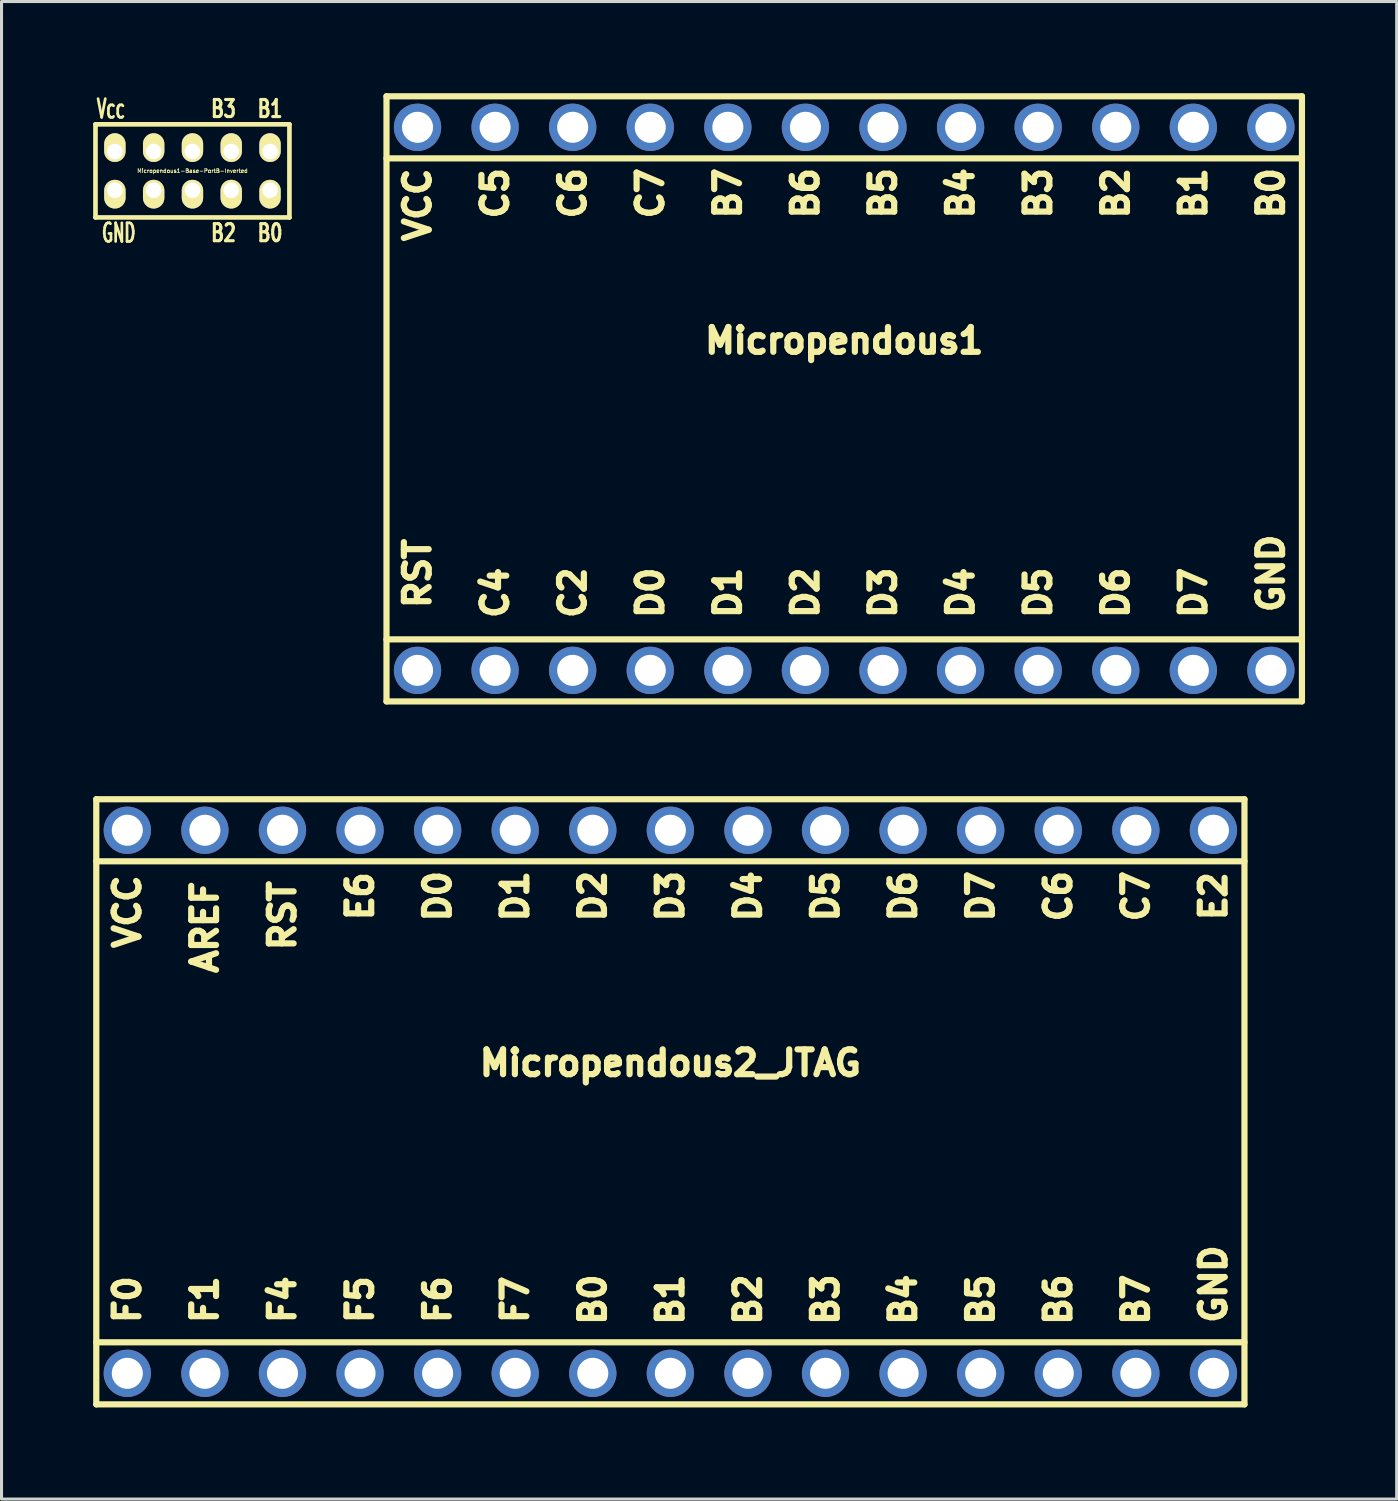
<source format=kicad_pcb>
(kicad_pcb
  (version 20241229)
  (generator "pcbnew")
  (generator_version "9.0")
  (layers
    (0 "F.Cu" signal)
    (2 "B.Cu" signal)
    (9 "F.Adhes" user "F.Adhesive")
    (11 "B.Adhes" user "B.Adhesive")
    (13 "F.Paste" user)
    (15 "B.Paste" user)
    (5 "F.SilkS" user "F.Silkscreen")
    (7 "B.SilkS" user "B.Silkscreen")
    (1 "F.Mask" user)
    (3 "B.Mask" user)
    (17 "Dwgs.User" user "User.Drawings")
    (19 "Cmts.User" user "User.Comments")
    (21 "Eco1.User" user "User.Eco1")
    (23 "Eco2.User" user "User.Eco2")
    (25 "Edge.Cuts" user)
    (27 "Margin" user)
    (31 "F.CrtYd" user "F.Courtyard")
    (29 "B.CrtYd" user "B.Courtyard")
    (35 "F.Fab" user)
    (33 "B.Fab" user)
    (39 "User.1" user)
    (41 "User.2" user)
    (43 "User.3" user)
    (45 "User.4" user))
  (footprint "Micropendous2_JTAG"
    (layer "F.Cu")
    (at 18.898 33.023)
    (property "Reference" "Micropendous2_JTAG" (at 0 -1.27 0) (layer "F.SilkS") (effects (font (size 0.813 0.813) (thickness 0.203))))
    (attr through_hole)
    (fp_line (start -18.796 -9.906) (end -18.796 9.906) (stroke (width 0.203) (type solid)) (layer "F.SilkS"))
    (fp_line (start -18.796 7.874) (end 18.796 7.874) (stroke (width 0.203) (type solid)) (layer "F.SilkS"))
    (fp_line (start 18.796 -9.906) (end -18.796 -9.906) (stroke (width 0.203) (type solid)) (layer "F.SilkS"))
    (fp_line (start 18.796 -9.906) (end 18.796 9.906) (stroke (width 0.203) (type solid)) (layer "F.SilkS"))
    (fp_line (start 18.796 -7.874) (end -18.796 -7.874) (stroke (width 0.203) (type solid)) (layer "F.SilkS"))
    (fp_line (start 18.796 9.906) (end -18.796 9.906) (stroke (width 0.203) (type solid)) (layer "F.SilkS"))
    (fp_text user "RST" (at -12.7 -6.096 90) (layer "F.SilkS") (effects (font (size 0.813 0.813) (thickness 0.203))))
    (fp_text user "B1" (at 0 6.477 90) (layer "F.SilkS") (effects (font (size 0.813 0.813) (thickness 0.203))))
    (fp_text user "F0" (at -17.78 6.477 90) (layer "F.SilkS") (effects (font (size 0.813 0.813) (thickness 0.203))))
    (fp_text user "D5" (at 5.08 -6.731 90) (layer "F.SilkS") (effects (font (size 0.813 0.813) (thickness 0.203))))
    (fp_text user "B7" (at 15.24 6.477 90) (layer "F.SilkS") (effects (font (size 0.813 0.813) (thickness 0.203))))
    (fp_text user "B0" (at -2.54 6.477 90) (layer "F.SilkS") (effects (font (size 0.813 0.813) (thickness 0.203))))
    (fp_text user "C6" (at 12.7 -6.731 90) (layer "F.SilkS") (effects (font (size 0.813 0.813) (thickness 0.203))))
    (fp_text user "AREF" (at -15.24 -5.715 90) (layer "F.SilkS") (effects (font (size 0.813 0.813) (thickness 0.203))))
    (fp_text user "D1" (at -5.08 -6.731 90) (layer "F.SilkS") (effects (font (size 0.813 0.813) (thickness 0.203))))
    (fp_text user "D4" (at 2.54 -6.731 90) (layer "F.SilkS") (effects (font (size 0.813 0.813) (thickness 0.203))))
    (fp_text user "GND" (at 17.78 5.969 90) (layer "F.SilkS") (effects (font (size 0.813 0.813) (thickness 0.203))))
    (fp_text user "B2" (at 2.54 6.477 90) (layer "F.SilkS") (effects (font (size 0.813 0.813) (thickness 0.203))))
    (fp_text user "D3" (at 0 -6.731 90) (layer "F.SilkS") (effects (font (size 0.813 0.813) (thickness 0.203))))
    (fp_text user "D0" (at -7.62 -6.731 90) (layer "F.SilkS") (effects (font (size 0.813 0.813) (thickness 0.203))))
    (fp_text user "VCC" (at -17.78 -6.223 90) (layer "F.SilkS") (effects (font (size 0.813 0.813) (thickness 0.203))))
    (fp_text user "F6" (at -7.62 6.477 90) (layer "F.SilkS") (effects (font (size 0.813 0.813) (thickness 0.203))))
    (fp_text user "F1" (at -15.24 6.477 90) (layer "F.SilkS") (effects (font (size 0.813 0.813) (thickness 0.203))))
    (fp_text user "B3" (at 5.08 6.477 90) (layer "F.SilkS") (effects (font (size 0.813 0.813) (thickness 0.203))))
    (fp_text user "C7" (at 15.24 -6.731 90) (layer "F.SilkS") (effects (font (size 0.813 0.813) (thickness 0.203))))
    (fp_text user "D7" (at 10.16 -6.731 90) (layer "F.SilkS") (effects (font (size 0.813 0.813) (thickness 0.203))))
    (fp_text user "D6" (at 7.62 -6.731 90) (layer "F.SilkS") (effects (font (size 0.813 0.813) (thickness 0.203))))
    (fp_text user "F4" (at -12.7 6.477 90) (layer "F.SilkS") (effects (font (size 0.813 0.813) (thickness 0.203))))
    (fp_text user "D2" (at -2.54 -6.731 90) (layer "F.SilkS") (effects (font (size 0.813 0.813) (thickness 0.203))))
    (fp_text user "F7" (at -5.08 6.477 90) (layer "F.SilkS") (effects (font (size 0.813 0.813) (thickness 0.203))))
    (fp_text user "E6" (at -10.16 -6.731 90) (layer "F.SilkS") (effects (font (size 0.813 0.813) (thickness 0.203))))
    (fp_text user "F5" (at -10.16 6.477 90) (layer "F.SilkS") (effects (font (size 0.813 0.813) (thickness 0.203))))
    (fp_text user "B5" (at 10.16 6.477 90) (layer "F.SilkS") (effects (font (size 0.813 0.813) (thickness 0.203))))
    (fp_text user "B4" (at 7.62 6.477 90) (layer "F.SilkS") (effects (font (size 0.813 0.813) (thickness 0.203))))
    (fp_text user "B6" (at 12.7 6.477 90) (layer "F.SilkS") (effects (font (size 0.813 0.813) (thickness 0.203))))
    (fp_text user "E2" (at 17.78 -6.731 90) (layer "F.SilkS") (effects (font (size 0.813 0.813) (thickness 0.203))))
    (pad "1" thru_hole circle (at -17.78 8.89) (size 1.549 1.549) (drill 1.016) (layers "*.Cu" "*.Mask"))
    (pad "2" thru_hole circle (at -15.24 8.89) (size 1.549 1.549) (drill 1.016) (layers "*.Cu" "*.Mask"))
    (pad "3" thru_hole circle (at -12.7 8.89) (size 1.549 1.549) (drill 1.016) (layers "*.Cu" "*.Mask"))
    (pad "4" thru_hole circle (at -10.16 8.89) (size 1.549 1.549) (drill 1.016) (layers "*.Cu" "*.Mask"))
    (pad "5" thru_hole circle (at -7.62 8.89) (size 1.549 1.549) (drill 1.016) (layers "*.Cu" "*.Mask"))
    (pad "6" thru_hole circle (at -5.08 8.89) (size 1.549 1.549) (drill 1.016) (layers "*.Cu" "*.Mask"))
    (pad "7" thru_hole circle (at -2.54 8.89) (size 1.549 1.549) (drill 1.016) (layers "*.Cu" "*.Mask"))
    (pad "8" thru_hole circle (at 0 8.89) (size 1.549 1.549) (drill 1.016) (layers "*.Cu" "*.Mask"))
    (pad "9" thru_hole circle (at 2.54 8.89) (size 1.549 1.549) (drill 1.016) (layers "*.Cu" "*.Mask"))
    (pad "10" thru_hole circle (at 5.08 8.89) (size 1.549 1.549) (drill 1.016) (layers "*.Cu" "*.Mask"))
    (pad "11" thru_hole circle (at 7.62 8.89) (size 1.549 1.549) (drill 1.016) (layers "*.Cu" "*.Mask"))
    (pad "12" thru_hole circle (at 10.16 8.89) (size 1.549 1.549) (drill 1.016) (layers "*.Cu" "*.Mask"))
    (pad "13" thru_hole circle (at 12.7 8.89) (size 1.549 1.549) (drill 1.016) (layers "*.Cu" "*.Mask"))
    (pad "14" thru_hole circle (at 15.24 8.89) (size 1.549 1.549) (drill 1.016) (layers "*.Cu" "*.Mask"))
    (pad "15" thru_hole circle (at 17.78 8.89) (size 1.549 1.549) (drill 1.016) (layers "*.Cu" "*.Mask"))
    (pad "16" thru_hole circle (at 17.78 -8.89) (size 1.549 1.549) (drill 1.016) (layers "*.Cu" "*.Mask"))
    (pad "17" thru_hole circle (at 15.24 -8.89) (size 1.549 1.549) (drill 1.016) (layers "*.Cu" "*.Mask"))
    (pad "18" thru_hole circle (at 12.7 -8.89) (size 1.549 1.549) (drill 1.016) (layers "*.Cu" "*.Mask"))
    (pad "19" thru_hole circle (at 10.16 -8.89) (size 1.549 1.549) (drill 1.016) (layers "*.Cu" "*.Mask"))
    (pad "20" thru_hole circle (at 7.62 -8.89) (size 1.549 1.549) (drill 1.016) (layers "*.Cu" "*.Mask"))
    (pad "21" thru_hole circle (at 5.08 -8.89) (size 1.549 1.549) (drill 1.016) (layers "*.Cu" "*.Mask"))
    (pad "22" thru_hole circle (at 2.54 -8.89) (size 1.549 1.549) (drill 1.016) (layers "*.Cu" "*.Mask"))
    (pad "23" thru_hole circle (at 0 -8.89) (size 1.549 1.549) (drill 1.016) (layers "*.Cu" "*.Mask"))
    (pad "24" thru_hole circle (at -2.54 -8.89) (size 1.549 1.549) (drill 1.016) (layers "*.Cu" "*.Mask"))
    (pad "25" thru_hole circle (at -5.08 -8.89) (size 1.549 1.549) (drill 1.016) (layers "*.Cu" "*.Mask"))
    (pad "26" thru_hole circle (at -7.62 -8.89) (size 1.549 1.549) (drill 1.016) (layers "*.Cu" "*.Mask"))
    (pad "27" thru_hole circle (at -10.16 -8.89) (size 1.549 1.549) (drill 1.016) (layers "*.Cu" "*.Mask"))
    (pad "28" thru_hole circle (at -12.7 -8.89) (size 1.549 1.549) (drill 1.016) (layers "*.Cu" "*.Mask"))
    (pad "29" thru_hole circle (at -15.24 -8.89) (size 1.549 1.549) (drill 1.016) (layers "*.Cu" "*.Mask"))
    (pad "30" thru_hole circle (at -17.78 -8.89) (size 1.549 1.549) (drill 1.016) (layers "*.Cu" "*.Mask")))
  (footprint "Micropendous1-Base-PortB-Inverted"
    (layer "F.Cu")
    (at 3.251 2.545)
    (property "Reference" "Micropendous1-Base-PortB-Inverted" (at 0 0 0) (layer "F.SilkS") (effects (font (size 0.127 0.127) (thickness 0.025))))
    (attr through_hole)
    (fp_line (start -3.175 -1.524) (end -3.175 1.524) (stroke (width 0.152) (type solid)) (layer "F.SilkS"))
    (fp_line (start -3.175 1.524) (end 3.175 1.524) (stroke (width 0.152) (type solid)) (layer "F.SilkS"))
    (fp_line (start 3.175 -1.524) (end -3.175 -1.524) (stroke (width 0.152) (type solid)) (layer "F.SilkS"))
    (fp_line (start 3.175 1.524) (end 3.175 -1.524) (stroke (width 0.152) (type solid)) (layer "F.SilkS"))
    (fp_text user "Vcc" (at -2.667 -2.032 0) (layer "F.SilkS") (effects (font (size 0.61 0.356) (thickness 0.203))))
    (fp_text user "B0" (at 2.54 2.032 0) (layer "F.SilkS") (effects (font (size 0.559 0.406) (thickness 0.203))))
    (fp_text user "B2" (at 1.016 2.032 0) (layer "F.SilkS") (effects (font (size 0.559 0.406) (thickness 0.203))))
    (fp_text user "B3" (at 1.016 -2.032 0) (layer "F.SilkS") (effects (font (size 0.559 0.406) (thickness 0.203))))
    (fp_text user "B1" (at 2.54 -2.032 0) (layer "F.SilkS") (effects (font (size 0.559 0.406) (thickness 0.203))))
    (fp_text user "GND" (at -2.413 2.032 0) (layer "F.SilkS") (effects (font (size 0.61 0.356) (thickness 0.203))))
    (pad "1" thru_hole oval (at 2.54 0.635) (size 0.699 0.94) (drill 0.508 (offset 0 0.127)) (layers "*.Cu" "*.Mask" "F.SilkS"))
    (pad "2" thru_hole oval (at 2.54 -0.635) (size 0.699 0.94) (drill 0.508 (offset 0 -0.127)) (layers "*.Cu" "*.Mask" "F.SilkS"))
    (pad "3" thru_hole oval (at 1.27 0.635) (size 0.699 0.94) (drill 0.508 (offset 0 0.127)) (layers "*.Cu" "*.Mask" "F.SilkS"))
    (pad "4" thru_hole oval (at 1.27 -0.635) (size 0.699 0.94) (drill 0.508 (offset 0 -0.127)) (layers "*.Cu" "*.Mask" "F.SilkS"))
    (pad "5" thru_hole oval (at 0 0.635) (size 0.699 0.94) (drill 0.508 (offset 0 0.127)) (layers "*.Cu" "*.Mask" "F.SilkS"))
    (pad "6" thru_hole oval (at 0 -0.635) (size 0.699 0.94) (drill 0.508 (offset 0 -0.127)) (layers "*.Cu" "*.Mask" "F.SilkS"))
    (pad "7" thru_hole oval (at -1.27 0.635) (size 0.699 0.94) (drill 0.508 (offset 0 0.127)) (layers "*.Cu" "*.Mask" "F.SilkS"))
    (pad "8" thru_hole oval (at -1.27 -0.635) (size 0.699 0.94) (drill 0.508 (offset 0 -0.127)) (layers "*.Cu" "*.Mask" "F.SilkS"))
    (pad "9" thru_hole oval (at -2.54 0.635) (size 0.699 0.94) (drill 0.508 (offset 0 0.127)) (layers "*.Cu" "*.Mask" "F.SilkS"))
    (pad "10" thru_hole oval (at -2.54 -0.635) (size 0.699 0.94) (drill 0.508 (offset 0 -0.127)) (layers "*.Cu" "*.Mask" "F.SilkS")))
  (footprint "Micropendous1"
    (layer "F.Cu")
    (at 24.59 10.008)
    (property "Reference" "Micropendous1" (at 0 -1.905 0) (layer "F.SilkS") (effects (font (size 0.813 0.813) (thickness 0.203))))
    (attr through_hole)
    (fp_line (start -14.986 -9.906) (end -14.986 9.906) (stroke (width 0.203) (type solid)) (layer "F.SilkS"))
    (fp_line (start -14.986 7.874) (end 14.986 7.874) (stroke (width 0.203) (type solid)) (layer "F.SilkS"))
    (fp_line (start -14.986 9.906) (end 14.986 9.906) (stroke (width 0.203) (type solid)) (layer "F.SilkS"))
    (fp_line (start 14.986 -9.906) (end -14.986 -9.906) (stroke (width 0.203) (type solid)) (layer "F.SilkS"))
    (fp_line (start 14.986 -7.874) (end -14.986 -7.874) (stroke (width 0.203) (type solid)) (layer "F.SilkS"))
    (fp_line (start 14.986 9.906) (end 14.986 -9.906) (stroke (width 0.203) (type solid)) (layer "F.SilkS"))
    (fp_text user "D4" (at 3.81 6.35 90) (layer "F.SilkS") (effects (font (size 0.813 0.813) (thickness 0.203))))
    (fp_text user "B2" (at 8.89 -6.731 90) (layer "F.SilkS") (effects (font (size 0.813 0.813) (thickness 0.203))))
    (fp_text user "D7" (at 11.43 6.35 90) (layer "F.SilkS") (effects (font (size 0.813 0.813) (thickness 0.203))))
    (fp_text user "B7" (at -3.81 -6.731 90) (layer "F.SilkS") (effects (font (size 0.813 0.813) (thickness 0.203))))
    (fp_text user "D2" (at -1.27 6.35 90) (layer "F.SilkS") (effects (font (size 0.813 0.813) (thickness 0.203))))
    (fp_text user "B5" (at 1.27 -6.731 90) (layer "F.SilkS") (effects (font (size 0.813 0.813) (thickness 0.203))))
    (fp_text user "B6" (at -1.27 -6.731 90) (layer "F.SilkS") (effects (font (size 0.813 0.813) (thickness 0.203))))
    (fp_text user "D0" (at -6.35 6.35 90) (layer "F.SilkS") (effects (font (size 0.813 0.813) (thickness 0.203))))
    (fp_text user "C2" (at -8.89 6.35 90) (layer "F.SilkS") (effects (font (size 0.813 0.813) (thickness 0.203))))
    (fp_text user "B3" (at 6.35 -6.731 90) (layer "F.SilkS") (effects (font (size 0.813 0.813) (thickness 0.203))))
    (fp_text user "B0" (at 13.97 -6.731 90) (layer "F.SilkS") (effects (font (size 0.813 0.813) (thickness 0.203))))
    (fp_text user "D5" (at 6.35 6.35 90) (layer "F.SilkS") (effects (font (size 0.813 0.813) (thickness 0.203))))
    (fp_text user "RST" (at -13.97 5.715 90) (layer "F.SilkS") (effects (font (size 0.813 0.813) (thickness 0.203))))
    (fp_text user "C5" (at -11.43 -6.731 90) (layer "F.SilkS") (effects (font (size 0.813 0.813) (thickness 0.203))))
    (fp_text user "B4" (at 3.81 -6.731 90) (layer "F.SilkS") (effects (font (size 0.813 0.813) (thickness 0.203))))
    (fp_text user "D1" (at -3.81 6.35 90) (layer "F.SilkS") (effects (font (size 0.813 0.813) (thickness 0.203))))
    (fp_text user "C4" (at -11.43 6.35 90) (layer "F.SilkS") (effects (font (size 0.813 0.813) (thickness 0.203))))
    (fp_text user "C6" (at -8.89 -6.731 90) (layer "F.SilkS") (effects (font (size 0.813 0.813) (thickness 0.203))))
    (fp_text user "D6" (at 8.89 6.35 90) (layer "F.SilkS") (effects (font (size 0.813 0.813) (thickness 0.203))))
    (fp_text user "C7" (at -6.35 -6.731 90) (layer "F.SilkS") (effects (font (size 0.813 0.813) (thickness 0.203))))
    (fp_text user "GND" (at 13.97 5.715 90) (layer "F.SilkS") (effects (font (size 0.813 0.813) (thickness 0.203))))
    (fp_text user "D3" (at 1.27 6.35 90) (layer "F.SilkS") (effects (font (size 0.813 0.813) (thickness 0.203))))
    (fp_text user "VCC" (at -13.97 -6.35 90) (layer "F.SilkS") (effects (font (size 0.813 0.813) (thickness 0.203))))
    (fp_text user "B1" (at 11.43 -6.731 90) (layer "F.SilkS") (effects (font (size 0.813 0.813) (thickness 0.203))))
    (pad "1" thru_hole circle (at -13.97 8.89) (size 1.549 1.549) (drill 1.016) (layers "*.Cu" "*.Mask"))
    (pad "2" thru_hole circle (at -11.43 8.89) (size 1.549 1.549) (drill 1.016) (layers "*.Cu" "*.Mask"))
    (pad "3" thru_hole circle (at -8.89 8.89) (size 1.549 1.549) (drill 1.016) (layers "*.Cu" "*.Mask"))
    (pad "4" thru_hole circle (at -6.35 8.89) (size 1.549 1.549) (drill 1.016) (layers "*.Cu" "*.Mask"))
    (pad "5" thru_hole circle (at -3.81 8.89) (size 1.549 1.549) (drill 1.016) (layers "*.Cu" "*.Mask"))
    (pad "6" thru_hole circle (at -1.27 8.89) (size 1.549 1.549) (drill 1.016) (layers "*.Cu" "*.Mask"))
    (pad "7" thru_hole circle (at 1.27 8.89) (size 1.549 1.549) (drill 1.016) (layers "*.Cu" "*.Mask"))
    (pad "8" thru_hole circle (at 3.81 8.89) (size 1.549 1.549) (drill 1.016) (layers "*.Cu" "*.Mask"))
    (pad "9" thru_hole circle (at 6.35 8.89) (size 1.549 1.549) (drill 1.016) (layers "*.Cu" "*.Mask"))
    (pad "10" thru_hole circle (at 8.89 8.89) (size 1.549 1.549) (drill 1.016) (layers "*.Cu" "*.Mask"))
    (pad "11" thru_hole circle (at 11.43 8.89) (size 1.549 1.549) (drill 1.016) (layers "*.Cu" "*.Mask"))
    (pad "12" thru_hole circle (at 13.97 8.89) (size 1.549 1.549) (drill 1.016) (layers "*.Cu" "*.Mask"))
    (pad "13" thru_hole circle (at 13.97 -8.89) (size 1.549 1.549) (drill 1.016) (layers "*.Cu" "*.Mask"))
    (pad "14" thru_hole circle (at 11.43 -8.89) (size 1.549 1.549) (drill 1.016) (layers "*.Cu" "*.Mask"))
    (pad "15" thru_hole circle (at 8.89 -8.89) (size 1.549 1.549) (drill 1.016) (layers "*.Cu" "*.Mask"))
    (pad "16" thru_hole circle (at 6.35 -8.89) (size 1.549 1.549) (drill 1.016) (layers "*.Cu" "*.Mask"))
    (pad "17" thru_hole circle (at 3.81 -8.89) (size 1.549 1.549) (drill 1.016) (layers "*.Cu" "*.Mask"))
    (pad "18" thru_hole circle (at 1.27 -8.89) (size 1.549 1.549) (drill 1.016) (layers "*.Cu" "*.Mask"))
    (pad "19" thru_hole circle (at -1.27 -8.89) (size 1.549 1.549) (drill 1.016) (layers "*.Cu" "*.Mask"))
    (pad "20" thru_hole circle (at -3.81 -8.89) (size 1.549 1.549) (drill 1.016) (layers "*.Cu" "*.Mask"))
    (pad "21" thru_hole circle (at -6.35 -8.89) (size 1.549 1.549) (drill 1.016) (layers "*.Cu" "*.Mask"))
    (pad "22" thru_hole circle (at -8.89 -8.89) (size 1.549 1.549) (drill 1.016) (layers "*.Cu" "*.Mask"))
    (pad "23" thru_hole circle (at -11.43 -8.89) (size 1.549 1.549) (drill 1.016) (layers "*.Cu" "*.Mask"))
    (pad "24" thru_hole circle (at -13.97 -8.89) (size 1.549 1.549) (drill 1.016) (layers "*.Cu" "*.Mask")))
  (gr_rect
    (start -3 -3)
    (end 42.678 46.03)
    (stroke (width 0.1) (type default))
    (fill no)
    (layer "Edge.Cuts")))
</source>
